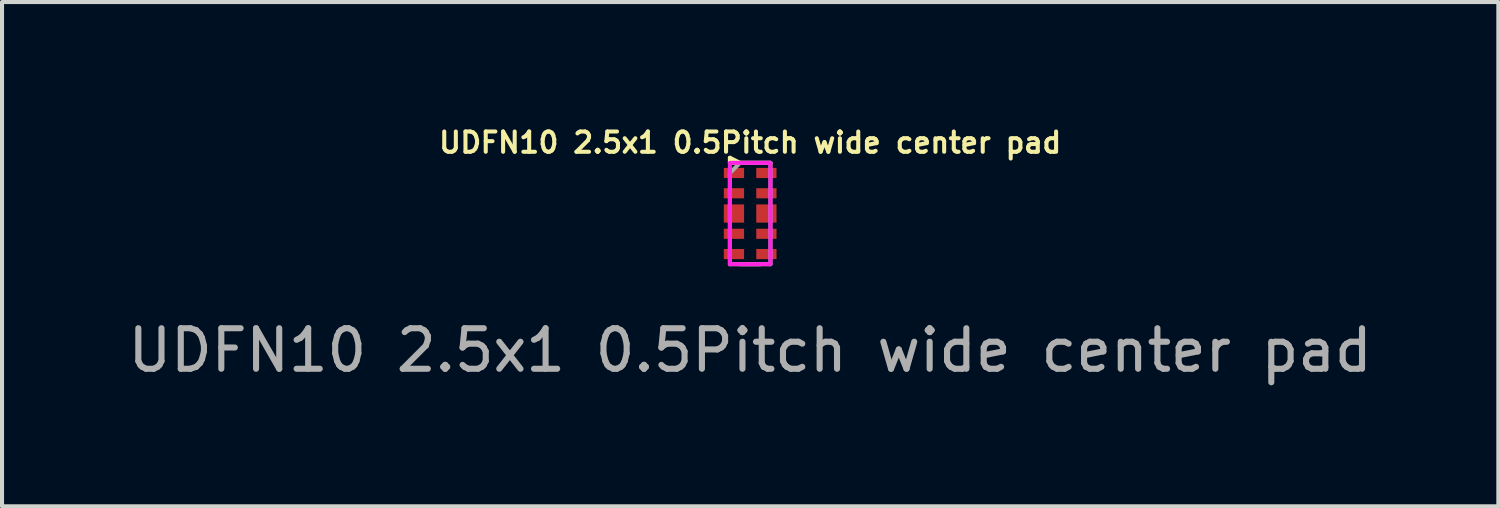
<source format=kicad_pcb>
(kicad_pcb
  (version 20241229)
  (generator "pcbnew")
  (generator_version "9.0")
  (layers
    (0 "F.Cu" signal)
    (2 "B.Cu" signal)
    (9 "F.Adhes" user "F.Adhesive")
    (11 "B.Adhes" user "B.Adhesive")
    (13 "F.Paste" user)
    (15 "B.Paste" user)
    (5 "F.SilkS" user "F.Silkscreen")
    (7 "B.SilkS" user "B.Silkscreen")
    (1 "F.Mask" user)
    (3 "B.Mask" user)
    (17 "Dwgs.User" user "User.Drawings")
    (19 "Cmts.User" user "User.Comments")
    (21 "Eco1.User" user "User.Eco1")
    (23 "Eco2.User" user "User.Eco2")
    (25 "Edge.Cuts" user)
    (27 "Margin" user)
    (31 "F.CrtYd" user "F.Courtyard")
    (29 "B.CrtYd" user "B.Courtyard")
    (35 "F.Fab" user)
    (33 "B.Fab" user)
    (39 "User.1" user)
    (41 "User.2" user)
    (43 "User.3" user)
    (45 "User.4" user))
  (footprint "UDFN10 2.5x1 0.5Pitch wide center pad"
    (layer "F.Cu")
    (at 15.458 2.218)
    (property "Reference" "UDFN10 2.5x1 0.5Pitch wide center pad" (at 0 -1.75 0) (unlocked yes) (layer "F.SilkS") (effects (font (size 0.5 0.5) (thickness 0.1))))
    (attr smd)
    (fp_line (start -0.5 -1.375) (end -0.25 -1.25) (stroke (width 0.1) (type default)) (layer "F.SilkS"))
    (fp_line (start -0.5 -1.25) (end -0.5 -1.375) (stroke (width 0.1) (type default)) (layer "F.SilkS"))
    (fp_line (start -0.25 1.25) (end 0.25 1.25) (stroke (width 0.1) (type default)) (layer "F.SilkS"))
    (fp_line (start 0.5 -1.25) (end -0.5 -1.25) (stroke (width 0.1) (type default)) (layer "F.SilkS"))
    (fp_rect (start -0.5 -1.25) (end 0.5 1.25) (stroke (width 0.1) (type default)) (fill no) (layer "F.CrtYd"))
    (fp_line (start -0.5 -1) (end -0.25 -1.25) (stroke (width 0.1) (type default)) (layer "F.Fab"))
    (fp_line (start -0.5 1.25) (end -0.5 -1) (stroke (width 0.1) (type default)) (layer "F.Fab"))
    (fp_line (start -0.25 -1.25) (end 0.5 -1.25) (stroke (width 0.1) (type default)) (layer "F.Fab"))
    (fp_line (start 0.5 -1.25) (end 0.5 1.25) (stroke (width 0.1) (type default)) (layer "F.Fab"))
    (fp_line (start 0.5 1.25) (end -0.5 1.25) (stroke (width 0.1) (type default)) (layer "F.Fab"))
    (fp_text user "${REFERENCE}" (at 0 3.375 0) (unlocked yes) (layer "F.Fab") (effects (font (size 1 1) (thickness 0.15))))
    (pad "1" smd rect (at -0.4 -1 180) (size 0.5 0.25) (layers "F.Cu" "F.Mask" "F.Paste"))
    (pad "2" smd rect (at -0.4 -0.5 180) (size 0.5 0.25) (layers "F.Cu" "F.Mask" "F.Paste"))
    (pad "3" smd rect (at -0.4 0 180) (size 0.5 0.45) (layers "F.Cu" "F.Mask" "F.Paste"))
    (pad "4" smd rect (at -0.4 0.5 180) (size 0.5 0.25) (layers "F.Cu" "F.Mask" "F.Paste"))
    (pad "5" smd rect (at -0.4 1 180) (size 0.5 0.25) (layers "F.Cu" "F.Mask" "F.Paste"))
    (pad "6" smd rect (at 0.4 1 180) (size 0.5 0.25) (layers "F.Cu" "F.Mask" "F.Paste"))
    (pad "7" smd rect (at 0.4 0.5 180) (size 0.5 0.25) (layers "F.Cu" "F.Mask" "F.Paste"))
    (pad "8" smd rect (at 0.4 0 180) (size 0.5 0.45) (layers "F.Cu" "F.Mask" "F.Paste"))
    (pad "9" smd rect (at 0.4 -0.5 180) (size 0.5 0.25) (layers "F.Cu" "F.Mask" "F.Paste"))
    (pad "10" smd rect (at 0.4 -1 180) (size 0.5 0.25) (layers "F.Cu" "F.Mask" "F.Paste")))
  (gr_rect
    (start -3 -3)
    (end 33.917 9.441)
    (stroke (width 0.1) (type default))
    (fill no)
    (layer "Edge.Cuts")))
</source>
